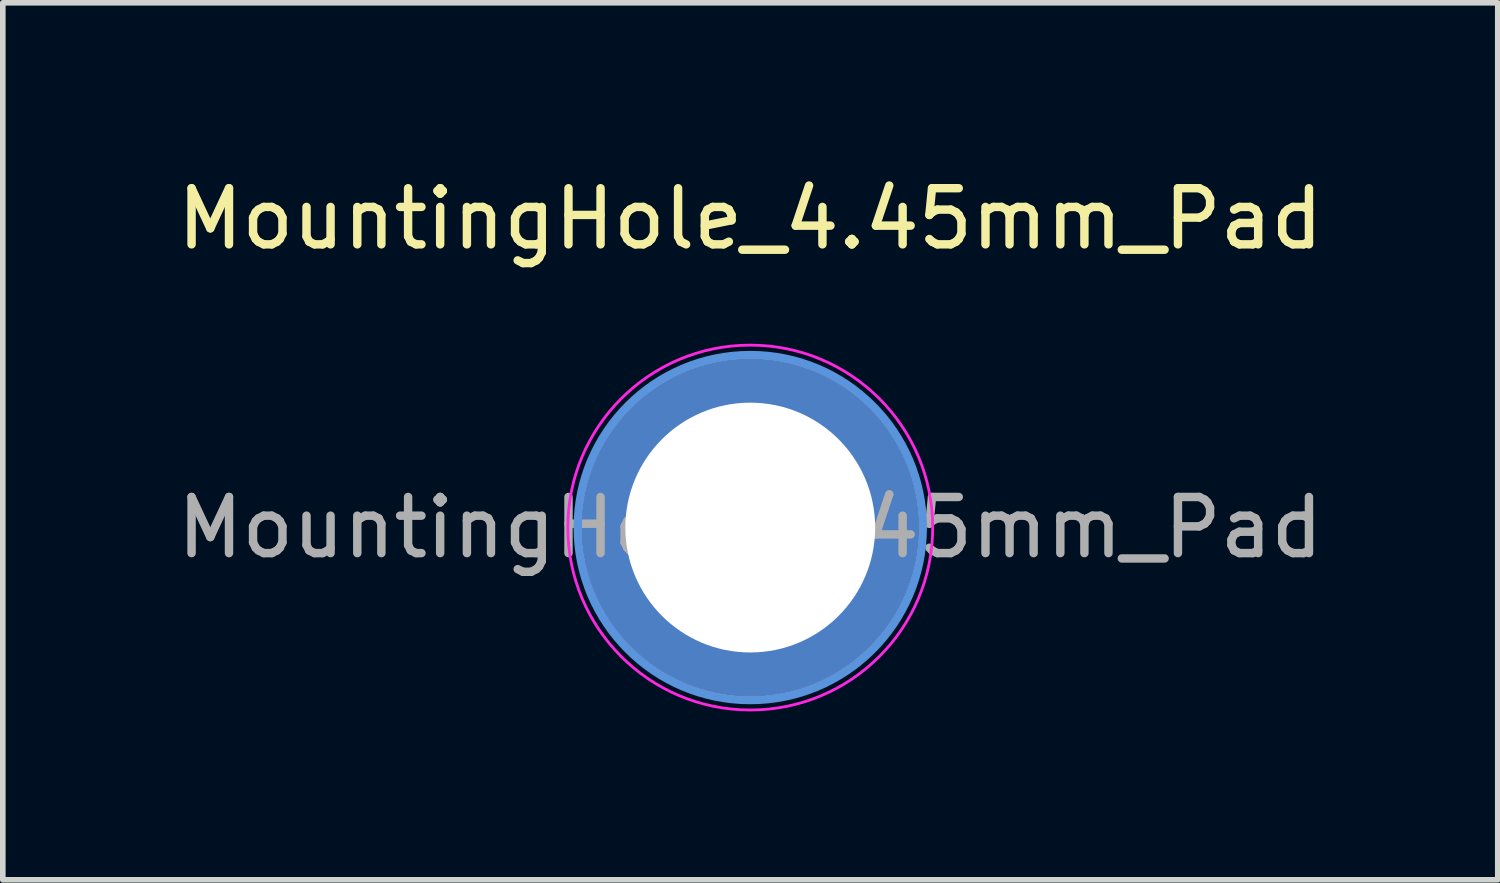
<source format=kicad_pcb>
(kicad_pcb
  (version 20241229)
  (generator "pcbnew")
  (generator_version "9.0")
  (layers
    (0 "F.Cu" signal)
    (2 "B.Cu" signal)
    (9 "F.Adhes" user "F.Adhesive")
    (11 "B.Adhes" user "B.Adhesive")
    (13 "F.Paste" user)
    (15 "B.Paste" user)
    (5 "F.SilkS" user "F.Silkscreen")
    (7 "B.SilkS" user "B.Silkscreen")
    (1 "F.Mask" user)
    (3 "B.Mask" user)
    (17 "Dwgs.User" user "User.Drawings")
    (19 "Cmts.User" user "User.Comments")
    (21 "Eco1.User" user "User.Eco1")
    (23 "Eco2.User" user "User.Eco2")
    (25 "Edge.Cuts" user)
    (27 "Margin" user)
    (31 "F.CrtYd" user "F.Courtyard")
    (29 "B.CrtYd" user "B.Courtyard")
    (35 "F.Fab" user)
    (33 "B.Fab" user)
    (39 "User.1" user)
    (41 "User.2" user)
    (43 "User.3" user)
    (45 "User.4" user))
  (footprint "MountingHole_4.45mm_Pad"
    (layer "F.Cu")
    (at 10.315 6.348)
    (property "Reference" "MountingHole_4.45mm_Pad" (at 0 -5.5 0) (layer "F.SilkS") (effects (font (size 1 1) (thickness 0.15))))
    (attr exclude_from_pos_files exclude_from_bom)
    (fp_circle (center 0 0) (end 3.07 -0.12) (stroke (width 0.15) (type solid)) (fill no) (layer "Cmts.User"))
    (fp_circle (center 0 0) (end 3.25 0) (stroke (width 0.05) (type solid)) (fill no) (layer "F.CrtYd"))
    (fp_text user "${REFERENCE}" (at 0 0 0) (layer "F.Fab") (effects (font (size 1 1) (thickness 0.15))))
    (pad "1" thru_hole circle (at 0 0) (size 6 6) (drill 4.45) (layers "*.Cu" "*.Mask")))
  (gr_rect
    (start -3 -3)
    (end 23.631 12.623)
    (stroke (width 0.1) (type default))
    (fill no)
    (layer "Edge.Cuts")))
</source>
